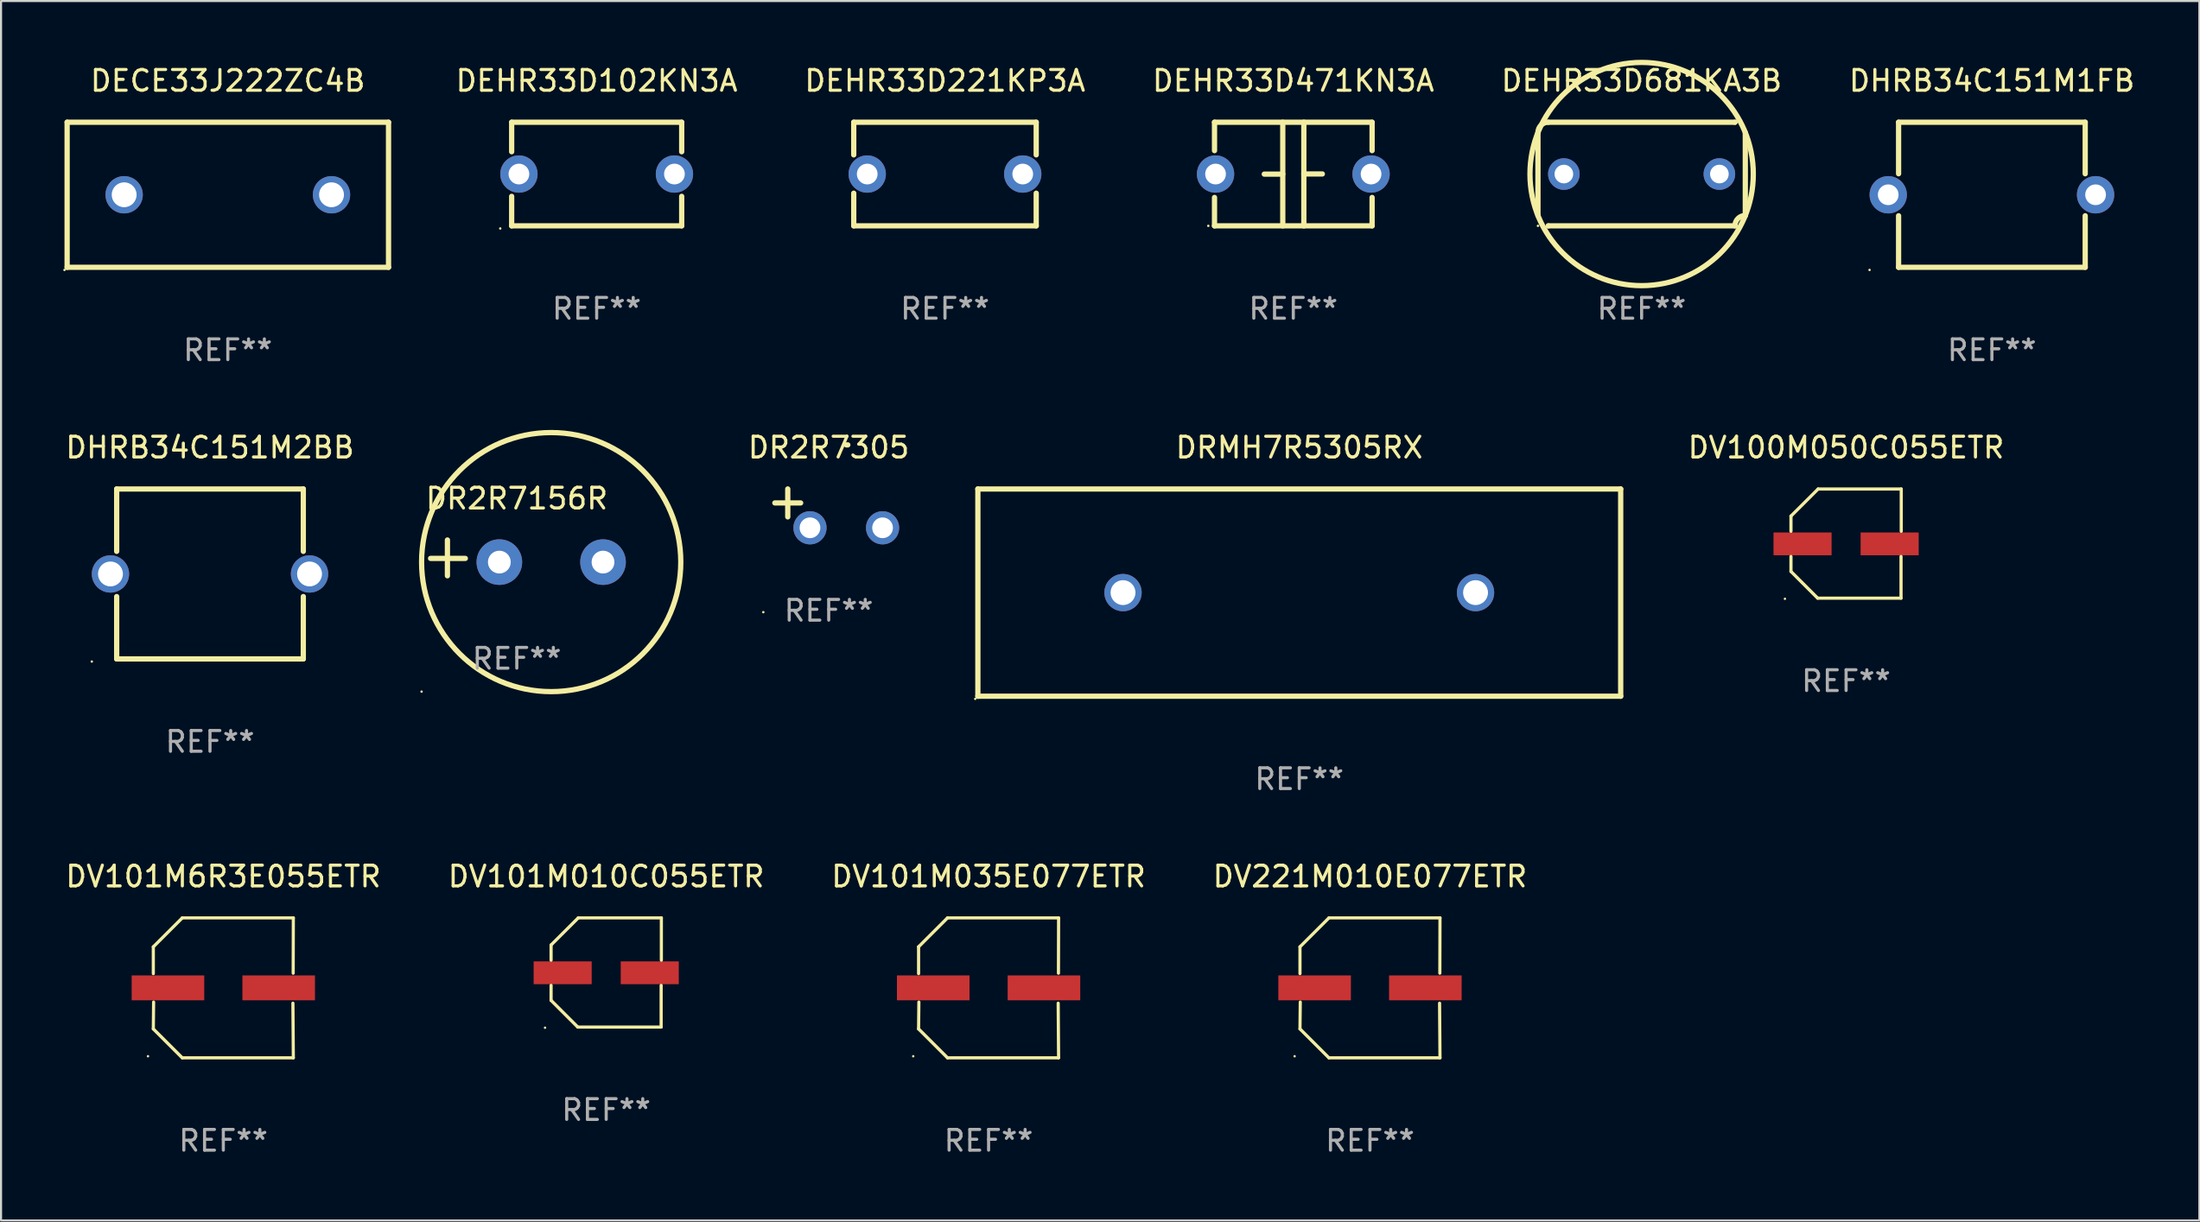
<source format=kicad_pcb>
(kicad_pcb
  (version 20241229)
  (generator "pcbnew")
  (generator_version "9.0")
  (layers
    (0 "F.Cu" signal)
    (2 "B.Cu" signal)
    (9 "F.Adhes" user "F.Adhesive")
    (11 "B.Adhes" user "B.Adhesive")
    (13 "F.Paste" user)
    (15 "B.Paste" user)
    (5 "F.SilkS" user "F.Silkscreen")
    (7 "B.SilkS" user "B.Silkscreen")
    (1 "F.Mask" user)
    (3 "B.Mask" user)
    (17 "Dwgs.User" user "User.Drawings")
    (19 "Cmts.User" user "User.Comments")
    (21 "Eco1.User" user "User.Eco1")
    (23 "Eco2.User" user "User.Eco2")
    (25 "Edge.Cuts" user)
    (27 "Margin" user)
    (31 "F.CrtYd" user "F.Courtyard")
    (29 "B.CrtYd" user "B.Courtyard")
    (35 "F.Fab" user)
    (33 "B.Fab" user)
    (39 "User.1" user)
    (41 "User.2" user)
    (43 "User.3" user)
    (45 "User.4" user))
  (footprint "DHRB34C151M2BB"
    (layer "F.Cu")
    (at 7.077 24.645)
    (property "Reference" "DHRB34C151M2BB" (at 0 -6.1 0) (layer "F.SilkS") (effects (font (size 1 1) (thickness 0.15))))
    (attr through_hole)
    (fp_line (start -4.5 -4.1) (end -4.5 -1.091) (stroke (width 0.254) (type solid)) (layer "F.SilkS"))
    (fp_line (start -4.5 -4.1) (end 4.5 -4.1) (stroke (width 0.254) (type solid)) (layer "F.SilkS"))
    (fp_line (start -4.5 1.091) (end -4.5 4.1) (stroke (width 0.254) (type solid)) (layer "F.SilkS"))
    (fp_line (start -4.5 4.1) (end 4.5 4.1) (stroke (width 0.254) (type solid)) (layer "F.SilkS"))
    (fp_line (start 4.5 -4.1) (end 4.5 -1.091) (stroke (width 0.254) (type solid)) (layer "F.SilkS"))
    (fp_line (start 4.5 1.091) (end 4.5 4.1) (stroke (width 0.254) (type solid)) (layer "F.SilkS"))
    (fp_circle (center -5.7 4.227) (end -5.67 4.227) (stroke (width 0.06) (type solid)) (fill no) (layer "F.SilkS"))
    (fp_text user "REF**" (at 0 8.1 0) (layer "F.Fab") (effects (font (size 1 1) (thickness 0.15))))
    (pad "1" thru_hole circle (at -4.8 0.000013) (size 1.8 1.8) (drill 1.2) (layers "*.Cu" "*.Mask"))
    (pad "2" thru_hole circle (at 4.8 0.000013) (size 1.8 1.8) (drill 1.2) (layers "*.Cu" "*.Mask")))
  (footprint "DR2R7305"
    (layer "F.Cu")
    (at 36.915 21.481)
    (property "Reference" "DR2R7305" (at 0 -2.937 0) (layer "F.SilkS") (effects (font (size 1 1) (thickness 0.15))))
    (attr through_hole)
    (fp_line (start -1.975 0.41) (end -1.975 -0.937) (stroke (width 0.254) (type solid)) (layer "F.SilkS"))
    (fp_line (start -1.353 -0.263) (end -2.597 -0.263) (stroke (width 0.254) (type solid)) (layer "F.SilkS"))
    (fp_arc (start 0.849809 -3.063957) (mid 0.885369 -3.064114) (end 0.920929 -3.063957) (stroke (width 0.254001) (type solid)) (layer "F.SilkS"))
    (fp_circle (center -3.154 5.008) (end -3.124 5.008) (stroke (width 0.06) (type solid)) (fill no) (layer "F.SilkS"))
    (fp_text user "REF**" (at 0 4.937 0) (layer "F.Fab") (effects (font (size 1 1) (thickness 0.15))))
    (pad "1" thru_hole circle (at -0.903 0.937) (size 1.6 1.6) (drill 1) (layers "*.Cu" "*.Mask"))
    (pad "2" thru_hole circle (at 2.597 0.937) (size 1.6 1.6) (drill 1) (layers "*.Cu" "*.Mask")))
  (footprint "DEHR33D681KA3B"
    (layer "F.Cu")
    (at 76.118 5.348)
    (property "Reference" "DEHR33D681KA3B" (at 0 -4.5 0) (layer "F.SilkS") (effects (font (size 1 1) (thickness 0.15))))
    (attr through_hole)
    (fp_line (start -5 2) (end -5 -2) (stroke (width 0.254) (type solid)) (layer "F.SilkS"))
    (fp_line (start -4.5 -2.5) (end 4.5 -2.5) (stroke (width 0.254) (type solid)) (layer "F.SilkS"))
    (fp_line (start -4.5 2.5) (end -4.5 2.5) (stroke (width 0.254) (type solid)) (layer "F.SilkS"))
    (fp_line (start 4.5 -2.5) (end 4.5 -2.5) (stroke (width 0.254) (type solid)) (layer "F.SilkS"))
    (fp_line (start 4.5 2.5) (end -4.5 2.5) (stroke (width 0.254) (type solid)) (layer "F.SilkS"))
    (fp_line (start 5 -2) (end 5 2) (stroke (width 0.254) (type solid)) (layer "F.SilkS"))
    (fp_arc (start -5.000052 -2.000038) (mid -4.8536 -2.353579) (end -4.500051 -2.500013) (stroke (width 0.254001) (type solid)) (layer "F.SilkS"))
    (fp_arc (start -5 2.000013) (mid 4.999978 -1.999991) (end -5 2.000013) (stroke (width 0.254001) (type solid)) (layer "F.SilkS"))
    (fp_arc (start 4.500051 2.499987) (mid 4.646507 2.14645) (end 5.000052 2.000013) (stroke (width 0.254001) (type solid)) (layer "F.SilkS"))
    (fp_circle (center -5 2.5) (end -4.97 2.5) (stroke (width 0.06) (type solid)) (fill no) (layer "F.SilkS"))
    (fp_text user "REF**" (at 0 6.5 0) (layer "F.Fab") (effects (font (size 1 1) (thickness 0.15))))
    (pad "1" thru_hole circle (at -3.75 -0.000013) (size 1.524 1.524) (drill 0.9) (layers "*.Cu" "*.Mask"))
    (pad "2" thru_hole circle (at 3.75 -0.000013) (size 1.524 1.524) (drill 0.9) (layers "*.Cu" "*.Mask")))
  (footprint "DEHR33D102KN3A"
    (layer "F.Cu")
    (at 25.725 5.348)
    (property "Reference" "DEHR33D102KN3A" (at 0 -4.5 0) (layer "F.SilkS") (effects (font (size 1 1) (thickness 0.15))))
    (attr through_hole)
    (fp_line (start -4.1 -2.5) (end -4.1 -1.076) (stroke (width 0.254) (type solid)) (layer "F.SilkS"))
    (fp_line (start -4.1 -2.5) (end 4.1 -2.5) (stroke (width 0.254) (type solid)) (layer "F.SilkS"))
    (fp_line (start -4.1 1.076) (end -4.1 2.5) (stroke (width 0.254) (type solid)) (layer "F.SilkS"))
    (fp_line (start -4.1 2.5) (end 4.1 2.5) (stroke (width 0.254) (type solid)) (layer "F.SilkS"))
    (fp_line (start 4.1 -2.5) (end 4.1 -1.076) (stroke (width 0.254) (type solid)) (layer "F.SilkS"))
    (fp_line (start 4.1 1.076) (end 4.1 2.5) (stroke (width 0.254) (type solid)) (layer "F.SilkS"))
    (fp_circle (center -4.65 2.627) (end -4.62 2.627) (stroke (width 0.06) (type solid)) (fill no) (layer "F.SilkS"))
    (fp_text user "REF**" (at 0 6.5 0) (layer "F.Fab") (effects (font (size 1 1) (thickness 0.15))))
    (pad "1" thru_hole circle (at -3.75 0) (size 1.8 1.8) (drill 1) (layers "*.Cu" "*.Mask"))
    (pad "2" thru_hole circle (at 3.75 0) (size 1.8 1.8) (drill 1) (layers "*.Cu" "*.Mask")))
  (footprint "DHRB34C151M1FB"
    (layer "F.Cu")
    (at 93.01 6.348)
    (property "Reference" "DHRB34C151M1FB" (at 0 -5.5 0) (layer "F.SilkS") (effects (font (size 1 1) (thickness 0.15))))
    (attr through_hole)
    (fp_line (start -4.5 -3.5) (end -4.5 -1.014) (stroke (width 0.254) (type solid)) (layer "F.SilkS"))
    (fp_line (start -4.5 -3.5) (end 4.5 -3.5) (stroke (width 0.254) (type solid)) (layer "F.SilkS"))
    (fp_line (start -4.5 1.014) (end -4.5 3.5) (stroke (width 0.254) (type solid)) (layer "F.SilkS"))
    (fp_line (start -4.5 3.5) (end 4.5 3.5) (stroke (width 0.254) (type solid)) (layer "F.SilkS"))
    (fp_line (start 4.5 -3.5) (end 4.5 -1.014) (stroke (width 0.254) (type solid)) (layer "F.SilkS"))
    (fp_line (start 4.5 1.014) (end 4.5 3.5) (stroke (width 0.254) (type solid)) (layer "F.SilkS"))
    (fp_circle (center -5.9 3.627) (end -5.87 3.627) (stroke (width 0.06) (type solid)) (fill no) (layer "F.SilkS"))
    (fp_text user "REF**" (at 0 7.5 0) (layer "F.Fab") (effects (font (size 1 1) (thickness 0.15))))
    (pad "1" thru_hole circle (at -5 0) (size 1.8 1.8) (drill 1) (layers "*.Cu" "*.Mask"))
    (pad "2" thru_hole circle (at 5 0) (size 1.8 1.8) (drill 1) (layers "*.Cu" "*.Mask")))
  (footprint "DRMH7R5305RX"
    (layer "F.Cu")
    (at 59.608 25.545)
    (property "Reference" "DRMH7R5305RX" (at 0 -7 0) (layer "F.SilkS") (effects (font (size 1 1) (thickness 0.15))))
    (attr through_hole)
    (fp_line (start -15.5 -5) (end 15.5 -5) (stroke (width 0.254) (type solid)) (layer "F.SilkS"))
    (fp_line (start -15.5 5) (end -15.5 -5) (stroke (width 0.254) (type solid)) (layer "F.SilkS"))
    (fp_line (start 15.5 -5) (end 15.5 5) (stroke (width 0.254) (type solid)) (layer "F.SilkS"))
    (fp_line (start 15.5 5) (end -15.5 5) (stroke (width 0.254) (type solid)) (layer "F.SilkS"))
    (fp_circle (center -15.627 5.127) (end -15.597 5.127) (stroke (width 0.06) (type solid)) (fill no) (layer "F.SilkS"))
    (fp_text user "+" (at -12.446 0.069 0) (layer "B.Mask") (effects (font (size 1 1) (thickness 0.15))))
    (fp_text user "REF**" (at 0 9 0) (layer "F.Fab") (effects (font (size 1 1) (thickness 0.15))))
    (pad "1" thru_hole circle (at -8.5 0) (size 1.8 1.8) (drill 1.2) (layers "*.Cu" "*.Mask"))
    (pad "2" thru_hole circle (at 8.5 0) (size 1.8 1.8) (drill 1.2) (layers "*.Cu" "*.Mask")))
  (footprint "DEHR33D221KP3A"
    (layer "F.Cu")
    (at 42.522 5.348)
    (property "Reference" "DEHR33D221KP3A" (at 0 -4.5 0) (layer "F.SilkS") (effects (font (size 1 1) (thickness 0.15))))
    (attr through_hole)
    (fp_line (start -4.4 -2.5) (end -4.4 -0.925) (stroke (width 0.254) (type solid)) (layer "F.SilkS"))
    (fp_line (start -4.4 -2.5) (end 4.4 -2.5) (stroke (width 0.254) (type solid)) (layer "F.SilkS"))
    (fp_line (start -4.4 0.925) (end -4.4 2.5) (stroke (width 0.254) (type solid)) (layer "F.SilkS"))
    (fp_line (start -4.4 2.5) (end 4.4 2.5) (stroke (width 0.254) (type solid)) (layer "F.SilkS"))
    (fp_line (start 4.4 -2.5) (end 4.4 -0.925) (stroke (width 0.254) (type solid)) (layer "F.SilkS"))
    (fp_line (start 4.4 0.925) (end 4.4 2.5) (stroke (width 0.254) (type solid)) (layer "F.SilkS"))
    (fp_circle (center -4.25 2.5) (end -4.22 2.5) (stroke (width 0.06) (type solid)) (fill no) (layer "F.SilkS"))
    (fp_text user "REF**" (at 0 6.5 0) (layer "F.Fab") (effects (font (size 1 1) (thickness 0.15))))
    (pad "1" thru_hole circle (at -3.75 0) (size 1.8 1.8) (drill 1) (layers "*.Cu" "*.Mask"))
    (pad "2" thru_hole circle (at 3.75 0) (size 1.8 1.8) (drill 1) (layers "*.Cu" "*.Mask")))
  (footprint "DV101M010C055ETR"
    (layer "F.Cu")
    (at 26.185 43.875)
    (property "Reference" "DV101M010C055ETR" (at 0 -4.634 0) (layer "F.SilkS") (effects (font (size 1 1) (thickness 0.15))))
    (attr through_hole)
    (fp_line (start -2.659 -1.326) (end -2.659 -0.592) (stroke (width 0.152) (type solid)) (layer "F.SilkS"))
    (fp_line (start -2.659 1.346) (end -2.659 0.622) (stroke (width 0.152) (type solid)) (layer "F.SilkS"))
    (fp_line (start -1.372 2.634) (end -2.659 1.346) (stroke (width 0.152) (type solid)) (layer "F.SilkS"))
    (fp_line (start -1.349 -2.634) (end -2.659 -1.326) (stroke (width 0.152) (type solid)) (layer "F.SilkS"))
    (fp_line (start 2.649 0.622) (end 2.649 2.634) (stroke (width 0.152) (type solid)) (layer "F.SilkS"))
    (fp_line (start 2.649 2.634) (end -1.372 2.634) (stroke (width 0.152) (type solid)) (layer "F.SilkS"))
    (fp_line (start 2.659 -2.634) (end -1.349 -2.634) (stroke (width 0.152) (type solid)) (layer "F.SilkS"))
    (fp_line (start 2.659 -0.592) (end 2.659 -2.634) (stroke (width 0.152) (type solid)) (layer "F.SilkS"))
    (fp_circle (center -2.95 2.665) (end -2.92 2.665) (stroke (width 0.06) (type solid)) (fill no) (layer "F.SilkS"))
    (fp_text user "REF**" (at 0 6.634 0) (layer "F.Fab") (effects (font (size 1 1) (thickness 0.15))))
    (pad "1" smd rect (at -2.1 0.015) (size 2.8 1.1) (layers "F.Cu" "F.Mask" "F.Paste"))
    (pad "2" smd rect (at 2.1 0.015) (size 2.8 1.1) (layers "F.Cu" "F.Mask" "F.Paste")))
  (footprint "DECE33J222ZC4B"
    (layer "F.Cu")
    (at 7.937 6.348)
    (property "Reference" "DECE33J222ZC4B" (at 0 -5.5 0) (layer "F.SilkS") (effects (font (size 1 1) (thickness 0.15))))
    (attr through_hole)
    (fp_line (start -7.75 -3.5) (end 7.75 -3.5) (stroke (width 0.254) (type solid)) (layer "F.SilkS"))
    (fp_line (start -7.75 3.5) (end -7.75 -3.5) (stroke (width 0.254) (type solid)) (layer "F.SilkS"))
    (fp_line (start 7.75 -3.5) (end 7.75 3.5) (stroke (width 0.254) (type solid)) (layer "F.SilkS"))
    (fp_line (start 7.75 3.5) (end -7.75 3.5) (stroke (width 0.254) (type solid)) (layer "F.SilkS"))
    (fp_circle (center -7.877 3.627) (end -7.847 3.627) (stroke (width 0.06) (type solid)) (fill no) (layer "F.SilkS"))
    (fp_text user "REF**" (at 0 7.5 0) (layer "F.Fab") (effects (font (size 1 1) (thickness 0.15))))
    (pad "1" thru_hole circle (at -5 0) (size 1.8 1.8) (drill 1.2) (layers "*.Cu" "*.Mask"))
    (pad "2" thru_hole circle (at 5 0) (size 1.8 1.8) (drill 1.2) (layers "*.Cu" "*.Mask")))
  (footprint "DV221M010E077ETR"
    (layer "F.Cu")
    (at 63.018 44.617)
    (property "Reference" "DV221M010E077ETR" (at 0 -5.376 0) (layer "F.SilkS") (effects (font (size 1 1) (thickness 0.15))))
    (attr through_hole)
    (fp_line (start -3.376 -1.98) (end -3.376 -0.686) (stroke (width 0.152) (type solid)) (layer "F.SilkS"))
    (fp_line (start -3.376 1.981) (end -3.362 0.686) (stroke (width 0.152) (type solid)) (layer "F.SilkS"))
    (fp_line (start -1.981 3.376) (end -3.376 1.981) (stroke (width 0.152) (type solid)) (layer "F.SilkS"))
    (fp_line (start -1.98 -3.376) (end -3.376 -1.98) (stroke (width 0.152) (type solid)) (layer "F.SilkS"))
    (fp_line (start 3.356 0.74) (end 3.376 3.376) (stroke (width 0.152) (type solid)) (layer "F.SilkS"))
    (fp_line (start 3.369 -0.707) (end 3.376 -3.376) (stroke (width 0.152) (type solid)) (layer "F.SilkS"))
    (fp_line (start 3.376 3.376) (end -1.981 3.376) (stroke (width 0.152) (type solid)) (layer "F.SilkS"))
    (fp_line (start 3.376 -3.376) (end -1.98 -3.376) (stroke (width 0.152) (type solid)) (layer "F.SilkS"))
    (fp_circle (center -3.634 3.3) (end -3.604 3.3) (stroke (width 0.06) (type solid)) (fill no) (layer "F.SilkS"))
    (fp_text user "REF**" (at 0 7.376 0) (layer "F.Fab") (effects (font (size 1 1) (thickness 0.15))))
    (pad "1" smd rect (at -2.67 0.000254) (size 3.5 1.2) (layers "F.Cu" "F.Mask" "F.Paste"))
    (pad "2" smd rect (at 2.67 0.000254) (size 3.5 1.2) (layers "F.Cu" "F.Mask" "F.Paste")))
  (footprint "DEHR33D471KN3A"
    (layer "F.Cu")
    (at 59.32 5.348)
    (property "Reference" "DEHR33D471KN3A" (at 0 -4.5 0) (layer "F.SilkS") (effects (font (size 1 1) (thickness 0.15))))
    (attr through_hole)
    (fp_line (start -3.8 -2.5) (end -3.8 -1.13) (stroke (width 0.254) (type solid)) (layer "F.SilkS"))
    (fp_line (start -3.8 -2.5) (end 3.8 -2.5) (stroke (width 0.254) (type solid)) (layer "F.SilkS"))
    (fp_line (start -3.8 1.13) (end -3.8 2.5) (stroke (width 0.254) (type solid)) (layer "F.SilkS"))
    (fp_line (start -3.8 2.5) (end 3.8 2.5) (stroke (width 0.254) (type solid)) (layer "F.SilkS"))
    (fp_line (start -0.508 0.004) (end -1.4 0.004) (stroke (width 0.254) (type solid)) (layer "F.SilkS"))
    (fp_line (start -0.508 2.5) (end -0.508 -2.5) (stroke (width 0.254) (type solid)) (layer "F.SilkS"))
    (fp_line (start 0.508 -2.5) (end 0.508 2.5) (stroke (width 0.254) (type solid)) (layer "F.SilkS"))
    (fp_line (start 0.508 -0.004) (end 1.4 -0.004) (stroke (width 0.254) (type solid)) (layer "F.SilkS"))
    (fp_line (start 3.8 -2.5) (end 3.8 -1.13) (stroke (width 0.254) (type solid)) (layer "F.SilkS"))
    (fp_line (start 3.8 1.13) (end 3.8 2.5) (stroke (width 0.254) (type solid)) (layer "F.SilkS"))
    (fp_circle (center -4.1 2.5) (end -4.07 2.5) (stroke (width 0.06) (type solid)) (fill no) (layer "F.SilkS"))
    (fp_text user "REF**" (at 0 6.5 0) (layer "F.Fab") (effects (font (size 1 1) (thickness 0.15))))
    (pad "1" thru_hole circle (at -3.75 0) (size 1.8 1.8) (drill 1) (layers "*.Cu" "*.Mask"))
    (pad "2" thru_hole circle (at 3.75 0) (size 1.8 1.8) (drill 1) (layers "*.Cu" "*.Mask")))
  (footprint "DV101M6R3E055ETR"
    (layer "F.Cu")
    (at 7.72 44.617)
    (property "Reference" "DV101M6R3E055ETR" (at 0 -5.376 0) (layer "F.SilkS") (effects (font (size 1 1) (thickness 0.15))))
    (attr through_hole)
    (fp_line (start -3.376 -1.98) (end -3.376 -0.686) (stroke (width 0.152) (type solid)) (layer "F.SilkS"))
    (fp_line (start -3.376 1.981) (end -3.362 0.686) (stroke (width 0.152) (type solid)) (layer "F.SilkS"))
    (fp_line (start -1.981 3.376) (end -3.376 1.981) (stroke (width 0.152) (type solid)) (layer "F.SilkS"))
    (fp_line (start -1.98 -3.376) (end -3.376 -1.98) (stroke (width 0.152) (type solid)) (layer "F.SilkS"))
    (fp_line (start 3.356 0.74) (end 3.376 3.376) (stroke (width 0.152) (type solid)) (layer "F.SilkS"))
    (fp_line (start 3.369 -0.707) (end 3.376 -3.376) (stroke (width 0.152) (type solid)) (layer "F.SilkS"))
    (fp_line (start 3.376 3.376) (end -1.981 3.376) (stroke (width 0.152) (type solid)) (layer "F.SilkS"))
    (fp_line (start 3.376 -3.376) (end -1.98 -3.376) (stroke (width 0.152) (type solid)) (layer "F.SilkS"))
    (fp_circle (center -3.634 3.3) (end -3.604 3.3) (stroke (width 0.06) (type solid)) (fill no) (layer "F.SilkS"))
    (fp_text user "REF**" (at 0 7.376 0) (layer "F.Fab") (effects (font (size 1 1) (thickness 0.15))))
    (pad "1" smd rect (at -2.67 0.000254) (size 3.5 1.2) (layers "F.Cu" "F.Mask" "F.Paste"))
    (pad "2" smd rect (at 2.67 0.000254) (size 3.5 1.2) (layers "F.Cu" "F.Mask" "F.Paste")))
  (footprint "DV101M035E077ETR"
    (layer "F.Cu")
    (at 44.625 44.617)
    (property "Reference" "DV101M035E077ETR" (at 0 -5.376 0) (layer "F.SilkS") (effects (font (size 1 1) (thickness 0.15))))
    (attr through_hole)
    (fp_line (start -3.376 -1.98) (end -3.376 -0.686) (stroke (width 0.152) (type solid)) (layer "F.SilkS"))
    (fp_line (start -3.376 1.981) (end -3.362 0.686) (stroke (width 0.152) (type solid)) (layer "F.SilkS"))
    (fp_line (start -1.981 3.376) (end -3.376 1.981) (stroke (width 0.152) (type solid)) (layer "F.SilkS"))
    (fp_line (start -1.98 -3.376) (end -3.376 -1.98) (stroke (width 0.152) (type solid)) (layer "F.SilkS"))
    (fp_line (start 3.356 0.74) (end 3.376 3.376) (stroke (width 0.152) (type solid)) (layer "F.SilkS"))
    (fp_line (start 3.369 -0.707) (end 3.376 -3.376) (stroke (width 0.152) (type solid)) (layer "F.SilkS"))
    (fp_line (start 3.376 3.376) (end -1.981 3.376) (stroke (width 0.152) (type solid)) (layer "F.SilkS"))
    (fp_line (start 3.376 -3.376) (end -1.98 -3.376) (stroke (width 0.152) (type solid)) (layer "F.SilkS"))
    (fp_circle (center -3.634 3.3) (end -3.604 3.3) (stroke (width 0.06) (type solid)) (fill no) (layer "F.SilkS"))
    (fp_text user "REF**" (at 0 7.376 0) (layer "F.Fab") (effects (font (size 1 1) (thickness 0.15))))
    (pad "1" smd rect (at -2.67 0.000254) (size 3.5 1.2) (layers "F.Cu" "F.Mask" "F.Paste"))
    (pad "2" smd rect (at 2.67 0.000254) (size 3.5 1.2) (layers "F.Cu" "F.Mask" "F.Paste")))
  (footprint "DR2R7156R"
    (layer "F.Cu")
    (at 21.873 23.87)
    (property "Reference" "DR2R7156R" (at 0 -2.864 0) (layer "F.SilkS") (effects (font (size 1 1) (thickness 0.15))))
    (attr through_hole)
    (fp_line (start -3.346 0.864) (end -3.346 -0.864) (stroke (width 0.254) (type solid)) (layer "F.SilkS"))
    (fp_line (start -2.482 0.025) (end -4.158 0.025) (stroke (width 0.254) (type solid)) (layer "F.SilkS"))
    (fp_circle (center -4.592 6.453) (end -4.562 6.453) (stroke (width 0.06) (type solid)) (fill no) (layer "F.SilkS"))
    (fp_circle (center 1.658 0.203) (end 7.908 0.203) (stroke (width 0.254) (type solid)) (fill no) (layer "F.SilkS"))
    (fp_text user "REF**" (at 0 4.864 0) (layer "F.Fab") (effects (font (size 1 1) (thickness 0.15))))
    (pad "1" thru_hole circle (at -0.842 0.203) (size 2.2 2.2) (drill 1.1) (layers "*.Cu" "*.Mask"))
    (pad "2" thru_hole circle (at 4.158 0.203) (size 2.2 2.2) (drill 1.1) (layers "*.Cu" "*.Mask")))
  (footprint "DV100M050C055ETR"
    (layer "F.Cu")
    (at 85.979 23.179)
    (property "Reference" "DV100M050C055ETR" (at 0 -4.634 0) (layer "F.SilkS") (effects (font (size 1 1) (thickness 0.15))))
    (attr through_hole)
    (fp_line (start -2.659 -1.326) (end -2.659 -0.592) (stroke (width 0.152) (type solid)) (layer "F.SilkS"))
    (fp_line (start -2.659 1.346) (end -2.659 0.622) (stroke (width 0.152) (type solid)) (layer "F.SilkS"))
    (fp_line (start -1.372 2.634) (end -2.659 1.346) (stroke (width 0.152) (type solid)) (layer "F.SilkS"))
    (fp_line (start -1.349 -2.634) (end -2.659 -1.326) (stroke (width 0.152) (type solid)) (layer "F.SilkS"))
    (fp_line (start 2.649 0.622) (end 2.649 2.634) (stroke (width 0.152) (type solid)) (layer "F.SilkS"))
    (fp_line (start 2.649 2.634) (end -1.372 2.634) (stroke (width 0.152) (type solid)) (layer "F.SilkS"))
    (fp_line (start 2.659 -2.634) (end -1.349 -2.634) (stroke (width 0.152) (type solid)) (layer "F.SilkS"))
    (fp_line (start 2.659 -0.592) (end 2.659 -2.634) (stroke (width 0.152) (type solid)) (layer "F.SilkS"))
    (fp_circle (center -2.95 2.665) (end -2.92 2.665) (stroke (width 0.06) (type solid)) (fill no) (layer "F.SilkS"))
    (fp_text user "REF**" (at 0 6.634 0) (layer "F.Fab") (effects (font (size 1 1) (thickness 0.15))))
    (pad "1" smd rect (at -2.1 0.015) (size 2.8 1.1) (layers "F.Cu" "F.Mask" "F.Paste"))
    (pad "2" smd rect (at 2.1 0.015) (size 2.8 1.1) (layers "F.Cu" "F.Mask" "F.Paste")))
  (gr_rect
    (start -3 -3)
    (end 103.016 55.841)
    (stroke (width 0.1) (type default))
    (fill no)
    (layer "Edge.Cuts")))
</source>
